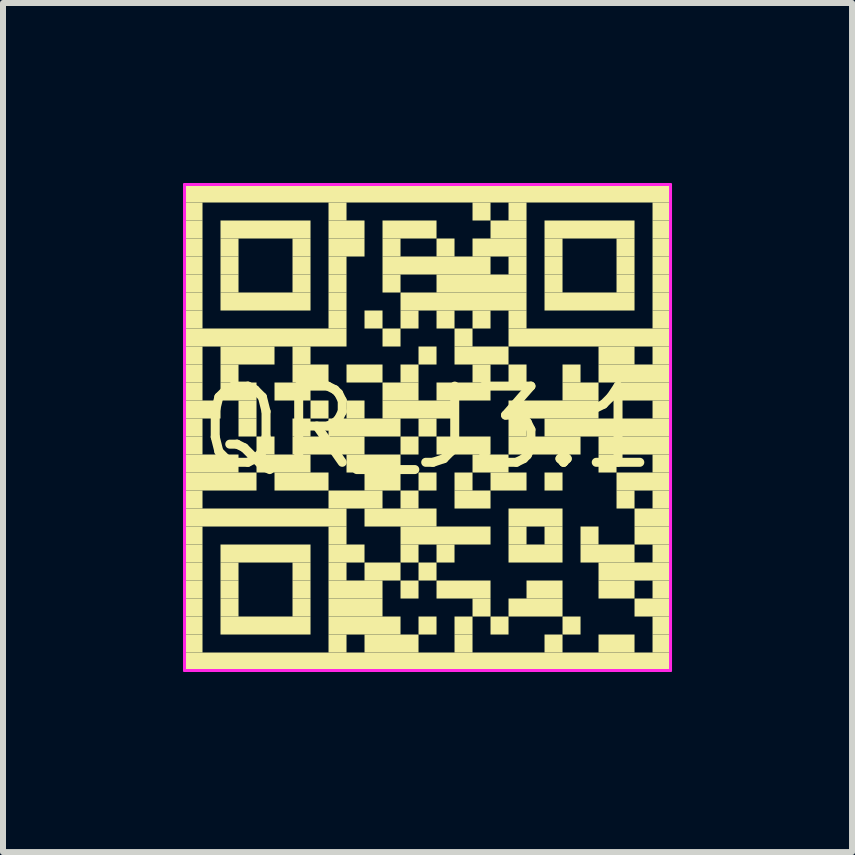
<source format=kicad_pcb>
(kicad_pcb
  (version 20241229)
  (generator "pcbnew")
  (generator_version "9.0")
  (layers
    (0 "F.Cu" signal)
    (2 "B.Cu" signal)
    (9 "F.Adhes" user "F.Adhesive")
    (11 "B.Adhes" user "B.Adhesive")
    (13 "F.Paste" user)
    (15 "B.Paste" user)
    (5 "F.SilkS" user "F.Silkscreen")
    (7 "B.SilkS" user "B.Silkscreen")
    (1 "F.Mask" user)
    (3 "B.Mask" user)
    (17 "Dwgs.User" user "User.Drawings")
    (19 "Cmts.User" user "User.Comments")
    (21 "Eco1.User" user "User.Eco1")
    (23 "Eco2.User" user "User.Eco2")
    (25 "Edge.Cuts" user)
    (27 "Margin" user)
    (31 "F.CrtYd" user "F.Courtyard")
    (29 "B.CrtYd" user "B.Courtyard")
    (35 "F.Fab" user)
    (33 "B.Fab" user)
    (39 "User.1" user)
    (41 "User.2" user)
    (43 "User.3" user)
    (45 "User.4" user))
  (footprint "QR_J3.1"
    (layer "F.Cu")
    (at 4.075 4.075)
    (property "Reference" "QR_J3.1" (at 0 0 0) (layer "F.SilkS") (effects (font (size 1.27 1.27) (thickness 0.15))))
    (attr board_only exclude_from_pos_files exclude_from_bom)
    (fp_poly (pts (xy -4.05 -3.75) (xy -4.05 -4.05) (xy 4.05 -4.05) (xy 4.05 -3.75)) (stroke (width 0) (type solid)) (fill yes) (layer "F.SilkS"))
    (fp_poly (pts (xy -4.05 -3.45) (xy -4.05 -3.75) (xy -3.75 -3.75) (xy -3.75 -3.45)) (stroke (width 0) (type solid)) (fill yes) (layer "F.SilkS"))
    (fp_poly (pts (xy -4.05 -3.15) (xy -4.05 -3.45) (xy -3.75 -3.45) (xy -3.75 -3.15)) (stroke (width 0) (type solid)) (fill yes) (layer "F.SilkS"))
    (fp_poly (pts (xy -4.05 -2.85) (xy -4.05 -3.15) (xy -3.75 -3.15) (xy -3.75 -2.85)) (stroke (width 0) (type solid)) (fill yes) (layer "F.SilkS"))
    (fp_poly (pts (xy -4.05 -2.55) (xy -4.05 -2.85) (xy -3.75 -2.85) (xy -3.75 -2.55)) (stroke (width 0) (type solid)) (fill yes) (layer "F.SilkS"))
    (fp_poly (pts (xy -4.05 -2.25) (xy -4.05 -2.55) (xy -3.75 -2.55) (xy -3.75 -2.25)) (stroke (width 0) (type solid)) (fill yes) (layer "F.SilkS"))
    (fp_poly (pts (xy -4.05 -1.95) (xy -4.05 -2.25) (xy -3.75 -2.25) (xy -3.75 -1.95)) (stroke (width 0) (type solid)) (fill yes) (layer "F.SilkS"))
    (fp_poly (pts (xy -4.05 -1.65) (xy -4.05 -1.95) (xy -3.75 -1.95) (xy -3.75 -1.65)) (stroke (width 0) (type solid)) (fill yes) (layer "F.SilkS"))
    (fp_poly (pts (xy -4.05 -1.35) (xy -4.05 -1.65) (xy -1.35 -1.65) (xy -1.35 -1.35)) (stroke (width 0) (type solid)) (fill yes) (layer "F.SilkS"))
    (fp_poly (pts (xy -4.05 -1.05) (xy -4.05 -1.35) (xy -3.75 -1.35) (xy -3.75 -1.05)) (stroke (width 0) (type solid)) (fill yes) (layer "F.SilkS"))
    (fp_poly (pts (xy -4.05 -0.75) (xy -4.05 -1.05) (xy -3.75 -1.05) (xy -3.75 -0.75)) (stroke (width 0) (type solid)) (fill yes) (layer "F.SilkS"))
    (fp_poly (pts (xy -4.05 -0.45) (xy -4.05 -0.75) (xy -3.75 -0.75) (xy -3.75 -0.45)) (stroke (width 0) (type solid)) (fill yes) (layer "F.SilkS"))
    (fp_poly (pts (xy -4.05 -0.15) (xy -4.05 -0.45) (xy -3.45 -0.45) (xy -3.45 -0.15)) (stroke (width 0) (type solid)) (fill yes) (layer "F.SilkS"))
    (fp_poly (pts (xy -4.05 0.15) (xy -4.05 -0.15) (xy -3.75 -0.15) (xy -3.75 0.15)) (stroke (width 0) (type solid)) (fill yes) (layer "F.SilkS"))
    (fp_poly (pts (xy -4.05 0.45) (xy -4.05 0.15) (xy -3.75 0.15) (xy -3.75 0.45)) (stroke (width 0) (type solid)) (fill yes) (layer "F.SilkS"))
    (fp_poly (pts (xy -4.05 0.75) (xy -4.05 0.45) (xy -3.15 0.45) (xy -3.15 0.75)) (stroke (width 0) (type solid)) (fill yes) (layer "F.SilkS"))
    (fp_poly (pts (xy -4.05 1.05) (xy -4.05 0.75) (xy -2.85 0.75) (xy -2.85 1.05)) (stroke (width 0) (type solid)) (fill yes) (layer "F.SilkS"))
    (fp_poly (pts (xy -4.05 1.35) (xy -4.05 1.05) (xy -3.75 1.05) (xy -3.75 1.35)) (stroke (width 0) (type solid)) (fill yes) (layer "F.SilkS"))
    (fp_poly (pts (xy -4.05 1.65) (xy -4.05 1.35) (xy -1.35 1.35) (xy -1.35 1.65)) (stroke (width 0) (type solid)) (fill yes) (layer "F.SilkS"))
    (fp_poly (pts (xy -4.05 1.95) (xy -4.05 1.65) (xy -3.75 1.65) (xy -3.75 1.95)) (stroke (width 0) (type solid)) (fill yes) (layer "F.SilkS"))
    (fp_poly (pts (xy -4.05 2.25) (xy -4.05 1.95) (xy -3.75 1.95) (xy -3.75 2.25)) (stroke (width 0) (type solid)) (fill yes) (layer "F.SilkS"))
    (fp_poly (pts (xy -4.05 2.55) (xy -4.05 2.25) (xy -3.75 2.25) (xy -3.75 2.55)) (stroke (width 0) (type solid)) (fill yes) (layer "F.SilkS"))
    (fp_poly (pts (xy -4.05 2.85) (xy -4.05 2.55) (xy -3.75 2.55) (xy -3.75 2.85)) (stroke (width 0) (type solid)) (fill yes) (layer "F.SilkS"))
    (fp_poly (pts (xy -4.05 3.15) (xy -4.05 2.85) (xy -3.75 2.85) (xy -3.75 3.15)) (stroke (width 0) (type solid)) (fill yes) (layer "F.SilkS"))
    (fp_poly (pts (xy -4.05 3.45) (xy -4.05 3.15) (xy -3.75 3.15) (xy -3.75 3.45)) (stroke (width 0) (type solid)) (fill yes) (layer "F.SilkS"))
    (fp_poly (pts (xy -4.05 3.75) (xy -4.05 3.45) (xy -3.75 3.45) (xy -3.75 3.75)) (stroke (width 0) (type solid)) (fill yes) (layer "F.SilkS"))
    (fp_poly (pts (xy -4.05 4.05) (xy -4.05 3.75) (xy 4.05 3.75) (xy 4.05 4.05)) (stroke (width 0) (type solid)) (fill yes) (layer "F.SilkS"))
    (fp_poly (pts (xy -3.45 -3.15) (xy -3.45 -3.45) (xy -1.95 -3.45) (xy -1.95 -3.15)) (stroke (width 0) (type solid)) (fill yes) (layer "F.SilkS"))
    (fp_poly (pts (xy -3.45 -2.85) (xy -3.45 -3.15) (xy -3.15 -3.15) (xy -3.15 -2.85)) (stroke (width 0) (type solid)) (fill yes) (layer "F.SilkS"))
    (fp_poly (pts (xy -3.45 -2.55) (xy -3.45 -2.85) (xy -3.15 -2.85) (xy -3.15 -2.55)) (stroke (width 0) (type solid)) (fill yes) (layer "F.SilkS"))
    (fp_poly (pts (xy -3.45 -2.25) (xy -3.45 -2.55) (xy -3.15 -2.55) (xy -3.15 -2.25)) (stroke (width 0) (type solid)) (fill yes) (layer "F.SilkS"))
    (fp_poly (pts (xy -3.45 -1.95) (xy -3.45 -2.25) (xy -1.95 -2.25) (xy -1.95 -1.95)) (stroke (width 0) (type solid)) (fill yes) (layer "F.SilkS"))
    (fp_poly (pts (xy -3.45 -1.05) (xy -3.45 -1.35) (xy -2.55 -1.35) (xy -2.55 -1.05)) (stroke (width 0) (type solid)) (fill yes) (layer "F.SilkS"))
    (fp_poly (pts (xy -3.45 -0.75) (xy -3.45 -1.05) (xy -3.15 -1.05) (xy -3.15 -0.75)) (stroke (width 0) (type solid)) (fill yes) (layer "F.SilkS"))
    (fp_poly (pts (xy -3.45 -0.45) (xy -3.45 -0.75) (xy -2.85 -0.75) (xy -2.85 -0.45)) (stroke (width 0) (type solid)) (fill yes) (layer "F.SilkS"))
    (fp_poly (pts (xy -3.45 2.25) (xy -3.45 1.95) (xy -1.95 1.95) (xy -1.95 2.25)) (stroke (width 0) (type solid)) (fill yes) (layer "F.SilkS"))
    (fp_poly (pts (xy -3.45 2.55) (xy -3.45 2.25) (xy -3.15 2.25) (xy -3.15 2.55)) (stroke (width 0) (type solid)) (fill yes) (layer "F.SilkS"))
    (fp_poly (pts (xy -3.45 2.85) (xy -3.45 2.55) (xy -3.15 2.55) (xy -3.15 2.85)) (stroke (width 0) (type solid)) (fill yes) (layer "F.SilkS"))
    (fp_poly (pts (xy -3.45 3.15) (xy -3.45 2.85) (xy -3.15 2.85) (xy -3.15 3.15)) (stroke (width 0) (type solid)) (fill yes) (layer "F.SilkS"))
    (fp_poly (pts (xy -3.45 3.45) (xy -3.45 3.15) (xy -1.95 3.15) (xy -1.95 3.45)) (stroke (width 0) (type solid)) (fill yes) (layer "F.SilkS"))
    (fp_poly (pts (xy -3.15 -0.15) (xy -3.15 -0.45) (xy -2.85 -0.45) (xy -2.85 -0.15)) (stroke (width 0) (type solid)) (fill yes) (layer "F.SilkS"))
    (fp_poly (pts (xy -3.15 0.15) (xy -3.15 -0.15) (xy -2.85 -0.15) (xy -2.85 0.15)) (stroke (width 0) (type solid)) (fill yes) (layer "F.SilkS"))
    (fp_poly (pts (xy -2.85 0.45) (xy -2.85 0.15) (xy -2.55 0.15) (xy -2.55 0.45)) (stroke (width 0) (type solid)) (fill yes) (layer "F.SilkS"))
    (fp_poly (pts (xy -2.85 0.75) (xy -2.85 0.45) (xy -1.95 0.45) (xy -1.95 0.75)) (stroke (width 0) (type solid)) (fill yes) (layer "F.SilkS"))
    (fp_poly (pts (xy -2.55 -0.45) (xy -2.55 -0.75) (xy -1.95 -0.75) (xy -1.95 -0.45)) (stroke (width 0) (type solid)) (fill yes) (layer "F.SilkS"))
    (fp_poly (pts (xy -2.55 1.05) (xy -2.55 0.75) (xy -1.65 0.75) (xy -1.65 1.05)) (stroke (width 0) (type solid)) (fill yes) (layer "F.SilkS"))
    (fp_poly (pts (xy -2.25 -2.85) (xy -2.25 -3.15) (xy -1.95 -3.15) (xy -1.95 -2.85)) (stroke (width 0) (type solid)) (fill yes) (layer "F.SilkS"))
    (fp_poly (pts (xy -2.25 -2.55) (xy -2.25 -2.85) (xy -1.95 -2.85) (xy -1.95 -2.55)) (stroke (width 0) (type solid)) (fill yes) (layer "F.SilkS"))
    (fp_poly (pts (xy -2.25 -2.25) (xy -2.25 -2.55) (xy -1.95 -2.55) (xy -1.95 -2.25)) (stroke (width 0) (type solid)) (fill yes) (layer "F.SilkS"))
    (fp_poly (pts (xy -2.25 -1.05) (xy -2.25 -1.35) (xy -1.95 -1.35) (xy -1.95 -1.05)) (stroke (width 0) (type solid)) (fill yes) (layer "F.SilkS"))
    (fp_poly (pts (xy -2.25 -0.75) (xy -2.25 -1.05) (xy -1.65 -1.05) (xy -1.65 -0.75)) (stroke (width 0) (type solid)) (fill yes) (layer "F.SilkS"))
    (fp_poly (pts (xy -2.25 0.15) (xy -2.25 -0.15) (xy -1.95 -0.15) (xy -1.95 0.15)) (stroke (width 0) (type solid)) (fill yes) (layer "F.SilkS"))
    (fp_poly (pts (xy -2.25 0.45) (xy -2.25 0.15) (xy -1.05 0.15) (xy -1.05 0.45)) (stroke (width 0) (type solid)) (fill yes) (layer "F.SilkS"))
    (fp_poly (pts (xy -2.25 2.55) (xy -2.25 2.25) (xy -1.95 2.25) (xy -1.95 2.55)) (stroke (width 0) (type solid)) (fill yes) (layer "F.SilkS"))
    (fp_poly (pts (xy -2.25 2.85) (xy -2.25 2.55) (xy -1.95 2.55) (xy -1.95 2.85)) (stroke (width 0) (type solid)) (fill yes) (layer "F.SilkS"))
    (fp_poly (pts (xy -2.25 3.15) (xy -2.25 2.85) (xy -1.95 2.85) (xy -1.95 3.15)) (stroke (width 0) (type solid)) (fill yes) (layer "F.SilkS"))
    (fp_poly (pts (xy -1.95 -0.15) (xy -1.95 -0.45) (xy -1.65 -0.45) (xy -1.65 -0.15)) (stroke (width 0) (type solid)) (fill yes) (layer "F.SilkS"))
    (fp_poly (pts (xy -1.65 -3.45) (xy -1.65 -3.75) (xy -1.35 -3.75) (xy -1.35 -3.45)) (stroke (width 0) (type solid)) (fill yes) (layer "F.SilkS"))
    (fp_poly (pts (xy -1.65 -3.15) (xy -1.65 -3.45) (xy -1.05 -3.45) (xy -1.05 -3.15)) (stroke (width 0) (type solid)) (fill yes) (layer "F.SilkS"))
    (fp_poly (pts (xy -1.65 -2.85) (xy -1.65 -3.15) (xy -1.05 -3.15) (xy -1.05 -2.85)) (stroke (width 0) (type solid)) (fill yes) (layer "F.SilkS"))
    (fp_poly (pts (xy -1.65 -2.55) (xy -1.65 -2.85) (xy -1.35 -2.85) (xy -1.35 -2.55)) (stroke (width 0) (type solid)) (fill yes) (layer "F.SilkS"))
    (fp_poly (pts (xy -1.65 -2.25) (xy -1.65 -2.55) (xy -1.35 -2.55) (xy -1.35 -2.25)) (stroke (width 0) (type solid)) (fill yes) (layer "F.SilkS"))
    (fp_poly (pts (xy -1.65 -1.95) (xy -1.65 -2.25) (xy -1.35 -2.25) (xy -1.35 -1.95)) (stroke (width 0) (type solid)) (fill yes) (layer "F.SilkS"))
    (fp_poly (pts (xy -1.65 -1.65) (xy -1.65 -1.95) (xy -1.35 -1.95) (xy -1.35 -1.65)) (stroke (width 0) (type solid)) (fill yes) (layer "F.SilkS"))
    (fp_poly (pts (xy -1.65 0.15) (xy -1.65 -0.15) (xy -0.45 -0.15) (xy -0.45 0.15)) (stroke (width 0) (type solid)) (fill yes) (layer "F.SilkS"))
    (fp_poly (pts (xy -1.65 1.35) (xy -1.65 1.05) (xy -0.75 1.05) (xy -0.75 1.35)) (stroke (width 0) (type solid)) (fill yes) (layer "F.SilkS"))
    (fp_poly (pts (xy -1.65 1.95) (xy -1.65 1.65) (xy -1.35 1.65) (xy -1.35 1.95)) (stroke (width 0) (type solid)) (fill yes) (layer "F.SilkS"))
    (fp_poly (pts (xy -1.65 2.25) (xy -1.65 1.95) (xy -1.05 1.95) (xy -1.05 2.25)) (stroke (width 0) (type solid)) (fill yes) (layer "F.SilkS"))
    (fp_poly (pts (xy -1.65 2.55) (xy -1.65 2.25) (xy -1.35 2.25) (xy -1.35 2.55)) (stroke (width 0) (type solid)) (fill yes) (layer "F.SilkS"))
    (fp_poly (pts (xy -1.65 2.85) (xy -1.65 2.55) (xy -0.75 2.55) (xy -0.75 2.85)) (stroke (width 0) (type solid)) (fill yes) (layer "F.SilkS"))
    (fp_poly (pts (xy -1.65 3.15) (xy -1.65 2.85) (xy -0.75 2.85) (xy -0.75 3.15)) (stroke (width 0) (type solid)) (fill yes) (layer "F.SilkS"))
    (fp_poly (pts (xy -1.65 3.45) (xy -1.65 3.15) (xy -0.45 3.15) (xy -0.45 3.45)) (stroke (width 0) (type solid)) (fill yes) (layer "F.SilkS"))
    (fp_poly (pts (xy -1.65 3.75) (xy -1.65 3.45) (xy -1.35 3.45) (xy -1.35 3.75)) (stroke (width 0) (type solid)) (fill yes) (layer "F.SilkS"))
    (fp_poly (pts (xy -1.35 -0.75) (xy -1.35 -1.05) (xy -0.75 -1.05) (xy -0.75 -0.75)) (stroke (width 0) (type solid)) (fill yes) (layer "F.SilkS"))
    (fp_poly (pts (xy -1.35 -0.15) (xy -1.35 -0.45) (xy -1.05 -0.45) (xy -1.05 -0.15)) (stroke (width 0) (type solid)) (fill yes) (layer "F.SilkS"))
    (fp_poly (pts (xy -1.35 0.75) (xy -1.35 0.45) (xy -0.45 0.45) (xy -0.45 0.75)) (stroke (width 0) (type solid)) (fill yes) (layer "F.SilkS"))
    (fp_poly (pts (xy -1.05 -1.65) (xy -1.05 -1.95) (xy -0.75 -1.95) (xy -0.75 -1.65)) (stroke (width 0) (type solid)) (fill yes) (layer "F.SilkS"))
    (fp_poly (pts (xy -1.05 1.05) (xy -1.05 0.75) (xy -0.45 0.75) (xy -0.45 1.05)) (stroke (width 0) (type solid)) (fill yes) (layer "F.SilkS"))
    (fp_poly (pts (xy -1.05 1.65) (xy -1.05 1.35) (xy 0.15 1.35) (xy 0.15 1.65)) (stroke (width 0) (type solid)) (fill yes) (layer "F.SilkS"))
    (fp_poly (pts (xy -1.05 2.55) (xy -1.05 2.25) (xy -0.45 2.25) (xy -0.45 2.55)) (stroke (width 0) (type solid)) (fill yes) (layer "F.SilkS"))
    (fp_poly (pts (xy -1.05 3.75) (xy -1.05 3.45) (xy -0.15 3.45) (xy -0.15 3.75)) (stroke (width 0) (type solid)) (fill yes) (layer "F.SilkS"))
    (fp_poly (pts (xy -0.75 -3.15) (xy -0.75 -3.45) (xy 0.15 -3.45) (xy 0.15 -3.15)) (stroke (width 0) (type solid)) (fill yes) (layer "F.SilkS"))
    (fp_poly (pts (xy -0.75 -2.85) (xy -0.75 -3.15) (xy -0.45 -3.15) (xy -0.45 -2.85)) (stroke (width 0) (type solid)) (fill yes) (layer "F.SilkS"))
    (fp_poly (pts (xy -0.75 -2.55) (xy -0.75 -2.85) (xy 1.05 -2.85) (xy 1.05 -2.55)) (stroke (width 0) (type solid)) (fill yes) (layer "F.SilkS"))
    (fp_poly (pts (xy -0.75 -2.25) (xy -0.75 -2.55) (xy -0.45 -2.55) (xy -0.45 -2.25)) (stroke (width 0) (type solid)) (fill yes) (layer "F.SilkS"))
    (fp_poly (pts (xy -0.75 -1.35) (xy -0.75 -1.65) (xy -0.45 -1.65) (xy -0.45 -1.35)) (stroke (width 0) (type solid)) (fill yes) (layer "F.SilkS"))
    (fp_poly (pts (xy -0.75 -0.45) (xy -0.75 -0.75) (xy -0.15 -0.75) (xy -0.15 -0.45)) (stroke (width 0) (type solid)) (fill yes) (layer "F.SilkS"))
    (fp_poly (pts (xy -0.75 -0.15) (xy -0.75 -0.45) (xy 0.45 -0.45) (xy 0.45 -0.15)) (stroke (width 0) (type solid)) (fill yes) (layer "F.SilkS"))
    (fp_poly (pts (xy -0.45 -1.95) (xy -0.45 -2.25) (xy 1.65 -2.25) (xy 1.65 -1.95)) (stroke (width 0) (type solid)) (fill yes) (layer "F.SilkS"))
    (fp_poly (pts (xy -0.45 -1.65) (xy -0.45 -1.95) (xy -0.15 -1.95) (xy -0.15 -1.65)) (stroke (width 0) (type solid)) (fill yes) (layer "F.SilkS"))
    (fp_poly (pts (xy -0.45 -0.75) (xy -0.45 -1.05) (xy -0.15 -1.05) (xy -0.15 -0.75)) (stroke (width 0) (type solid)) (fill yes) (layer "F.SilkS"))
    (fp_poly (pts (xy -0.45 0.45) (xy -0.45 0.15) (xy -0.15 0.15) (xy -0.15 0.45)) (stroke (width 0) (type solid)) (fill yes) (layer "F.SilkS"))
    (fp_poly (pts (xy -0.45 1.35) (xy -0.45 1.05) (xy -0.15 1.05) (xy -0.15 1.35)) (stroke (width 0) (type solid)) (fill yes) (layer "F.SilkS"))
    (fp_poly (pts (xy -0.45 1.95) (xy -0.45 1.65) (xy 1.05 1.65) (xy 1.05 1.95)) (stroke (width 0) (type solid)) (fill yes) (layer "F.SilkS"))
    (fp_poly (pts (xy -0.45 2.25) (xy -0.45 1.95) (xy -0.15 1.95) (xy -0.15 2.25)) (stroke (width 0) (type solid)) (fill yes) (layer "F.SilkS"))
    (fp_poly (pts (xy -0.45 2.85) (xy -0.45 2.55) (xy -0.15 2.55) (xy -0.15 2.85)) (stroke (width 0) (type solid)) (fill yes) (layer "F.SilkS"))
    (fp_poly (pts (xy -0.15 -1.05) (xy -0.15 -1.35) (xy 0.15 -1.35) (xy 0.15 -1.05)) (stroke (width 0) (type solid)) (fill yes) (layer "F.SilkS"))
    (fp_poly (pts (xy -0.15 0.15) (xy -0.15 -0.15) (xy 0.15 -0.15) (xy 0.15 0.15)) (stroke (width 0) (type solid)) (fill yes) (layer "F.SilkS"))
    (fp_poly (pts (xy -0.15 1.05) (xy -0.15 0.75) (xy 0.15 0.75) (xy 0.15 1.05)) (stroke (width 0) (type solid)) (fill yes) (layer "F.SilkS"))
    (fp_poly (pts (xy -0.15 2.55) (xy -0.15 2.25) (xy 0.15 2.25) (xy 0.15 2.55)) (stroke (width 0) (type solid)) (fill yes) (layer "F.SilkS"))
    (fp_poly (pts (xy -0.15 3.45) (xy -0.15 3.15) (xy 0.15 3.15) (xy 0.15 3.45)) (stroke (width 0) (type solid)) (fill yes) (layer "F.SilkS"))
    (fp_poly (pts (xy 0.15 -2.85) (xy 0.15 -3.15) (xy 0.45 -3.15) (xy 0.45 -2.85)) (stroke (width 0) (type solid)) (fill yes) (layer "F.SilkS"))
    (fp_poly (pts (xy 0.15 -2.25) (xy 0.15 -2.55) (xy 1.65 -2.55) (xy 1.65 -2.25)) (stroke (width 0) (type solid)) (fill yes) (layer "F.SilkS"))
    (fp_poly (pts (xy 0.15 -1.65) (xy 0.15 -1.95) (xy 0.45 -1.95) (xy 0.45 -1.65)) (stroke (width 0) (type solid)) (fill yes) (layer "F.SilkS"))
    (fp_poly (pts (xy 0.15 -0.45) (xy 0.15 -0.75) (xy 1.05 -0.75) (xy 1.05 -0.45)) (stroke (width 0) (type solid)) (fill yes) (layer "F.SilkS"))
    (fp_poly (pts (xy 0.15 0.45) (xy 0.15 0.15) (xy 1.05 0.15) (xy 1.05 0.45)) (stroke (width 0) (type solid)) (fill yes) (layer "F.SilkS"))
    (fp_poly (pts (xy 0.15 2.25) (xy 0.15 1.95) (xy 0.45 1.95) (xy 0.45 2.25)) (stroke (width 0) (type solid)) (fill yes) (layer "F.SilkS"))
    (fp_poly (pts (xy 0.15 2.85) (xy 0.15 2.55) (xy 1.05 2.55) (xy 1.05 2.85)) (stroke (width 0) (type solid)) (fill yes) (layer "F.SilkS"))
    (fp_poly (pts (xy 0.45 -1.35) (xy 0.45 -1.65) (xy 0.75 -1.65) (xy 0.75 -1.35)) (stroke (width 0) (type solid)) (fill yes) (layer "F.SilkS"))
    (fp_poly (pts (xy 0.45 -1.05) (xy 0.45 -1.35) (xy 1.35 -1.35) (xy 1.35 -1.05)) (stroke (width 0) (type solid)) (fill yes) (layer "F.SilkS"))
    (fp_poly (pts (xy 0.45 1.05) (xy 0.45 0.75) (xy 0.75 0.75) (xy 0.75 1.05)) (stroke (width 0) (type solid)) (fill yes) (layer "F.SilkS"))
    (fp_poly (pts (xy 0.45 1.35) (xy 0.45 1.05) (xy 1.05 1.05) (xy 1.05 1.35)) (stroke (width 0) (type solid)) (fill yes) (layer "F.SilkS"))
    (fp_poly (pts (xy 0.45 3.45) (xy 0.45 3.15) (xy 0.75 3.15) (xy 0.75 3.45)) (stroke (width 0) (type solid)) (fill yes) (layer "F.SilkS"))
    (fp_poly (pts (xy 0.45 3.75) (xy 0.45 3.45) (xy 0.75 3.45) (xy 0.75 3.75)) (stroke (width 0) (type solid)) (fill yes) (layer "F.SilkS"))
    (fp_poly (pts (xy 0.75 -3.45) (xy 0.75 -3.75) (xy 1.05 -3.75) (xy 1.05 -3.45)) (stroke (width 0) (type solid)) (fill yes) (layer "F.SilkS"))
    (fp_poly (pts (xy 0.75 -2.85) (xy 0.75 -3.15) (xy 1.65 -3.15) (xy 1.65 -2.85)) (stroke (width 0) (type solid)) (fill yes) (layer "F.SilkS"))
    (fp_poly (pts (xy 0.75 -1.65) (xy 0.75 -1.95) (xy 1.05 -1.95) (xy 1.05 -1.65)) (stroke (width 0) (type solid)) (fill yes) (layer "F.SilkS"))
    (fp_poly (pts (xy 0.75 -0.75) (xy 0.75 -1.05) (xy 1.05 -1.05) (xy 1.05 -0.75)) (stroke (width 0) (type solid)) (fill yes) (layer "F.SilkS"))
    (fp_poly (pts (xy 0.75 0.75) (xy 0.75 0.45) (xy 1.35 0.45) (xy 1.35 0.75)) (stroke (width 0) (type solid)) (fill yes) (layer "F.SilkS"))
    (fp_poly (pts (xy 0.75 3.15) (xy 0.75 2.85) (xy 1.05 2.85) (xy 1.05 3.15)) (stroke (width 0) (type solid)) (fill yes) (layer "F.SilkS"))
    (fp_poly (pts (xy 1.05 -3.15) (xy 1.05 -3.45) (xy 1.65 -3.45) (xy 1.65 -3.15)) (stroke (width 0) (type solid)) (fill yes) (layer "F.SilkS"))
    (fp_poly (pts (xy 1.05 1.05) (xy 1.05 0.75) (xy 1.65 0.75) (xy 1.65 1.05)) (stroke (width 0) (type solid)) (fill yes) (layer "F.SilkS"))
    (fp_poly (pts (xy 1.05 3.45) (xy 1.05 3.15) (xy 1.35 3.15) (xy 1.35 3.45)) (stroke (width 0) (type solid)) (fill yes) (layer "F.SilkS"))
    (fp_poly (pts (xy 1.35 -3.45) (xy 1.35 -3.75) (xy 1.65 -3.75) (xy 1.65 -3.45)) (stroke (width 0) (type solid)) (fill yes) (layer "F.SilkS"))
    (fp_poly (pts (xy 1.35 -2.55) (xy 1.35 -2.85) (xy 1.65 -2.85) (xy 1.65 -2.55)) (stroke (width 0) (type solid)) (fill yes) (layer "F.SilkS"))
    (fp_poly (pts (xy 1.35 -1.65) (xy 1.35 -1.95) (xy 1.65 -1.95) (xy 1.65 -1.65)) (stroke (width 0) (type solid)) (fill yes) (layer "F.SilkS"))
    (fp_poly (pts (xy 1.35 -1.35) (xy 1.35 -1.65) (xy 4.05 -1.65) (xy 4.05 -1.35)) (stroke (width 0) (type solid)) (fill yes) (layer "F.SilkS"))
    (fp_poly (pts (xy 1.35 -0.75) (xy 1.35 -1.05) (xy 1.65 -1.05) (xy 1.65 -0.75)) (stroke (width 0) (type solid)) (fill yes) (layer "F.SilkS"))
    (fp_poly (pts (xy 1.35 -0.15) (xy 1.35 -0.45) (xy 2.85 -0.45) (xy 2.85 -0.15)) (stroke (width 0) (type solid)) (fill yes) (layer "F.SilkS"))
    (fp_poly (pts (xy 1.35 0.15) (xy 1.35 -0.15) (xy 1.65 -0.15) (xy 1.65 0.15)) (stroke (width 0) (type solid)) (fill yes) (layer "F.SilkS"))
    (fp_poly (pts (xy 1.35 0.45) (xy 1.35 0.15) (xy 2.55 0.15) (xy 2.55 0.45)) (stroke (width 0) (type solid)) (fill yes) (layer "F.SilkS"))
    (fp_poly (pts (xy 1.35 1.65) (xy 1.35 1.35) (xy 2.25 1.35) (xy 2.25 1.65)) (stroke (width 0) (type solid)) (fill yes) (layer "F.SilkS"))
    (fp_poly (pts (xy 1.35 1.95) (xy 1.35 1.65) (xy 1.65 1.65) (xy 1.65 1.95)) (stroke (width 0) (type solid)) (fill yes) (layer "F.SilkS"))
    (fp_poly (pts (xy 1.35 2.25) (xy 1.35 1.95) (xy 2.25 1.95) (xy 2.25 2.25)) (stroke (width 0) (type solid)) (fill yes) (layer "F.SilkS"))
    (fp_poly (pts (xy 1.35 3.15) (xy 1.35 2.85) (xy 2.25 2.85) (xy 2.25 3.15)) (stroke (width 0) (type solid)) (fill yes) (layer "F.SilkS"))
    (fp_poly (pts (xy 1.65 2.85) (xy 1.65 2.55) (xy 2.25 2.55) (xy 2.25 2.85)) (stroke (width 0) (type solid)) (fill yes) (layer "F.SilkS"))
    (fp_poly (pts (xy 1.95 -3.15) (xy 1.95 -3.45) (xy 3.45 -3.45) (xy 3.45 -3.15)) (stroke (width 0) (type solid)) (fill yes) (layer "F.SilkS"))
    (fp_poly (pts (xy 1.95 -2.85) (xy 1.95 -3.15) (xy 2.25 -3.15) (xy 2.25 -2.85)) (stroke (width 0) (type solid)) (fill yes) (layer "F.SilkS"))
    (fp_poly (pts (xy 1.95 -2.55) (xy 1.95 -2.85) (xy 2.25 -2.85) (xy 2.25 -2.55)) (stroke (width 0) (type solid)) (fill yes) (layer "F.SilkS"))
    (fp_poly (pts (xy 1.95 -2.25) (xy 1.95 -2.55) (xy 2.25 -2.55) (xy 2.25 -2.25)) (stroke (width 0) (type solid)) (fill yes) (layer "F.SilkS"))
    (fp_poly (pts (xy 1.95 -1.95) (xy 1.95 -2.25) (xy 3.45 -2.25) (xy 3.45 -1.95)) (stroke (width 0) (type solid)) (fill yes) (layer "F.SilkS"))
    (fp_poly (pts (xy 1.95 0.15) (xy 1.95 -0.15) (xy 4.05 -0.15) (xy 4.05 0.15)) (stroke (width 0) (type solid)) (fill yes) (layer "F.SilkS"))
    (fp_poly (pts (xy 1.95 1.05) (xy 1.95 0.75) (xy 2.25 0.75) (xy 2.25 1.05)) (stroke (width 0) (type solid)) (fill yes) (layer "F.SilkS"))
    (fp_poly (pts (xy 1.95 1.95) (xy 1.95 1.65) (xy 2.25 1.65) (xy 2.25 1.95)) (stroke (width 0) (type solid)) (fill yes) (layer "F.SilkS"))
    (fp_poly (pts (xy 1.95 3.75) (xy 1.95 3.45) (xy 2.25 3.45) (xy 2.25 3.75)) (stroke (width 0) (type solid)) (fill yes) (layer "F.SilkS"))
    (fp_poly (pts (xy 2.25 -0.75) (xy 2.25 -1.05) (xy 2.55 -1.05) (xy 2.55 -0.75)) (stroke (width 0) (type solid)) (fill yes) (layer "F.SilkS"))
    (fp_poly (pts (xy 2.25 -0.45) (xy 2.25 -0.75) (xy 2.85 -0.75) (xy 2.85 -0.45)) (stroke (width 0) (type solid)) (fill yes) (layer "F.SilkS"))
    (fp_poly (pts (xy 2.25 3.45) (xy 2.25 3.15) (xy 2.55 3.15) (xy 2.55 3.45)) (stroke (width 0) (type solid)) (fill yes) (layer "F.SilkS"))
    (fp_poly (pts (xy 2.55 1.95) (xy 2.55 1.65) (xy 2.85 1.65) (xy 2.85 1.95)) (stroke (width 0) (type solid)) (fill yes) (layer "F.SilkS"))
    (fp_poly (pts (xy 2.55 2.25) (xy 2.55 1.95) (xy 3.45 1.95) (xy 3.45 2.25)) (stroke (width 0) (type solid)) (fill yes) (layer "F.SilkS"))
    (fp_poly (pts (xy 2.85 -1.05) (xy 2.85 -1.35) (xy 3.45 -1.35) (xy 3.45 -1.05)) (stroke (width 0) (type solid)) (fill yes) (layer "F.SilkS"))
    (fp_poly (pts (xy 2.85 -0.75) (xy 2.85 -1.05) (xy 4.05 -1.05) (xy 4.05 -0.75)) (stroke (width 0) (type solid)) (fill yes) (layer "F.SilkS"))
    (fp_poly (pts (xy 2.85 0.45) (xy 2.85 0.15) (xy 4.05 0.15) (xy 4.05 0.45)) (stroke (width 0) (type solid)) (fill yes) (layer "F.SilkS"))
    (fp_poly (pts (xy 2.85 0.75) (xy 2.85 0.45) (xy 3.15 0.45) (xy 3.15 0.75)) (stroke (width 0) (type solid)) (fill yes) (layer "F.SilkS"))
    (fp_poly (pts (xy 2.85 2.55) (xy 2.85 2.25) (xy 4.05 2.25) (xy 4.05 2.55)) (stroke (width 0) (type solid)) (fill yes) (layer "F.SilkS"))
    (fp_poly (pts (xy 2.85 2.85) (xy 2.85 2.55) (xy 3.45 2.55) (xy 3.45 2.85)) (stroke (width 0) (type solid)) (fill yes) (layer "F.SilkS"))
    (fp_poly (pts (xy 2.85 3.75) (xy 2.85 3.45) (xy 3.45 3.45) (xy 3.45 3.75)) (stroke (width 0) (type solid)) (fill yes) (layer "F.SilkS"))
    (fp_poly (pts (xy 3.15 -2.85) (xy 3.15 -3.15) (xy 3.45 -3.15) (xy 3.45 -2.85)) (stroke (width 0) (type solid)) (fill yes) (layer "F.SilkS"))
    (fp_poly (pts (xy 3.15 -2.55) (xy 3.15 -2.85) (xy 3.45 -2.85) (xy 3.45 -2.55)) (stroke (width 0) (type solid)) (fill yes) (layer "F.SilkS"))
    (fp_poly (pts (xy 3.15 -2.25) (xy 3.15 -2.55) (xy 3.45 -2.55) (xy 3.45 -2.25)) (stroke (width 0) (type solid)) (fill yes) (layer "F.SilkS"))
    (fp_poly (pts (xy 3.15 -0.45) (xy 3.15 -0.75) (xy 4.05 -0.75) (xy 4.05 -0.45)) (stroke (width 0) (type solid)) (fill yes) (layer "F.SilkS"))
    (fp_poly (pts (xy 3.15 1.05) (xy 3.15 0.75) (xy 4.05 0.75) (xy 4.05 1.05)) (stroke (width 0) (type solid)) (fill yes) (layer "F.SilkS"))
    (fp_poly (pts (xy 3.15 1.35) (xy 3.15 1.05) (xy 3.45 1.05) (xy 3.45 1.35)) (stroke (width 0) (type solid)) (fill yes) (layer "F.SilkS"))
    (fp_poly (pts (xy 3.45 1.65) (xy 3.45 1.35) (xy 4.05 1.35) (xy 4.05 1.65)) (stroke (width 0) (type solid)) (fill yes) (layer "F.SilkS"))
    (fp_poly (pts (xy 3.45 1.95) (xy 3.45 1.65) (xy 4.05 1.65) (xy 4.05 1.95)) (stroke (width 0) (type solid)) (fill yes) (layer "F.SilkS"))
    (fp_poly (pts (xy 3.45 3.15) (xy 3.45 2.85) (xy 4.05 2.85) (xy 4.05 3.15)) (stroke (width 0) (type solid)) (fill yes) (layer "F.SilkS"))
    (fp_poly (pts (xy 3.75 -3.45) (xy 3.75 -3.75) (xy 4.05 -3.75) (xy 4.05 -3.45)) (stroke (width 0) (type solid)) (fill yes) (layer "F.SilkS"))
    (fp_poly (pts (xy 3.75 -3.15) (xy 3.75 -3.45) (xy 4.05 -3.45) (xy 4.05 -3.15)) (stroke (width 0) (type solid)) (fill yes) (layer "F.SilkS"))
    (fp_poly (pts (xy 3.75 -2.85) (xy 3.75 -3.15) (xy 4.05 -3.15) (xy 4.05 -2.85)) (stroke (width 0) (type solid)) (fill yes) (layer "F.SilkS"))
    (fp_poly (pts (xy 3.75 -2.55) (xy 3.75 -2.85) (xy 4.05 -2.85) (xy 4.05 -2.55)) (stroke (width 0) (type solid)) (fill yes) (layer "F.SilkS"))
    (fp_poly (pts (xy 3.75 -2.25) (xy 3.75 -2.55) (xy 4.05 -2.55) (xy 4.05 -2.25)) (stroke (width 0) (type solid)) (fill yes) (layer "F.SilkS"))
    (fp_poly (pts (xy 3.75 -1.95) (xy 3.75 -2.25) (xy 4.05 -2.25) (xy 4.05 -1.95)) (stroke (width 0) (type solid)) (fill yes) (layer "F.SilkS"))
    (fp_poly (pts (xy 3.75 -1.65) (xy 3.75 -1.95) (xy 4.05 -1.95) (xy 4.05 -1.65)) (stroke (width 0) (type solid)) (fill yes) (layer "F.SilkS"))
    (fp_poly (pts (xy 3.75 -1.05) (xy 3.75 -1.35) (xy 4.05 -1.35) (xy 4.05 -1.05)) (stroke (width 0) (type solid)) (fill yes) (layer "F.SilkS"))
    (fp_poly (pts (xy 3.75 -0.15) (xy 3.75 -0.45) (xy 4.05 -0.45) (xy 4.05 -0.15)) (stroke (width 0) (type solid)) (fill yes) (layer "F.SilkS"))
    (fp_poly (pts (xy 3.75 0.75) (xy 3.75 0.45) (xy 4.05 0.45) (xy 4.05 0.75)) (stroke (width 0) (type solid)) (fill yes) (layer "F.SilkS"))
    (fp_poly (pts (xy 3.75 1.35) (xy 3.75 1.05) (xy 4.05 1.05) (xy 4.05 1.35)) (stroke (width 0) (type solid)) (fill yes) (layer "F.SilkS"))
    (fp_poly (pts (xy 3.75 2.25) (xy 3.75 1.95) (xy 4.05 1.95) (xy 4.05 2.25)) (stroke (width 0) (type solid)) (fill yes) (layer "F.SilkS"))
    (fp_poly (pts (xy 3.75 2.85) (xy 3.75 2.55) (xy 4.05 2.55) (xy 4.05 2.85)) (stroke (width 0) (type solid)) (fill yes) (layer "F.SilkS"))
    (fp_poly (pts (xy 3.75 3.45) (xy 3.75 3.15) (xy 4.05 3.15) (xy 4.05 3.45)) (stroke (width 0) (type solid)) (fill yes) (layer "F.SilkS"))
    (fp_poly (pts (xy 3.75 3.75) (xy 3.75 3.45) (xy 4.05 3.45) (xy 4.05 3.75)) (stroke (width 0) (type solid)) (fill yes) (layer "F.SilkS"))
    (fp_line (start -4.05 -4.05) (end -4.05 4.05) (stroke (width 0.05) (type solid)) (layer "F.CrtYd"))
    (fp_line (start -4.05 -4.05) (end 4.05 -4.05) (stroke (width 0.05) (type solid)) (layer "F.CrtYd"))
    (fp_line (start 4.05 4.05) (end -4.05 4.05) (stroke (width 0.05) (type solid)) (layer "F.CrtYd"))
    (fp_line (start 4.05 4.05) (end 4.05 -4.05) (stroke (width 0.05) (type solid)) (layer "F.CrtYd")))
  (gr_rect
    (start -3 -3)
    (end 11.15 11.15)
    (stroke (width 0.1) (type default))
    (fill no)
    (layer "Edge.Cuts")))
</source>
